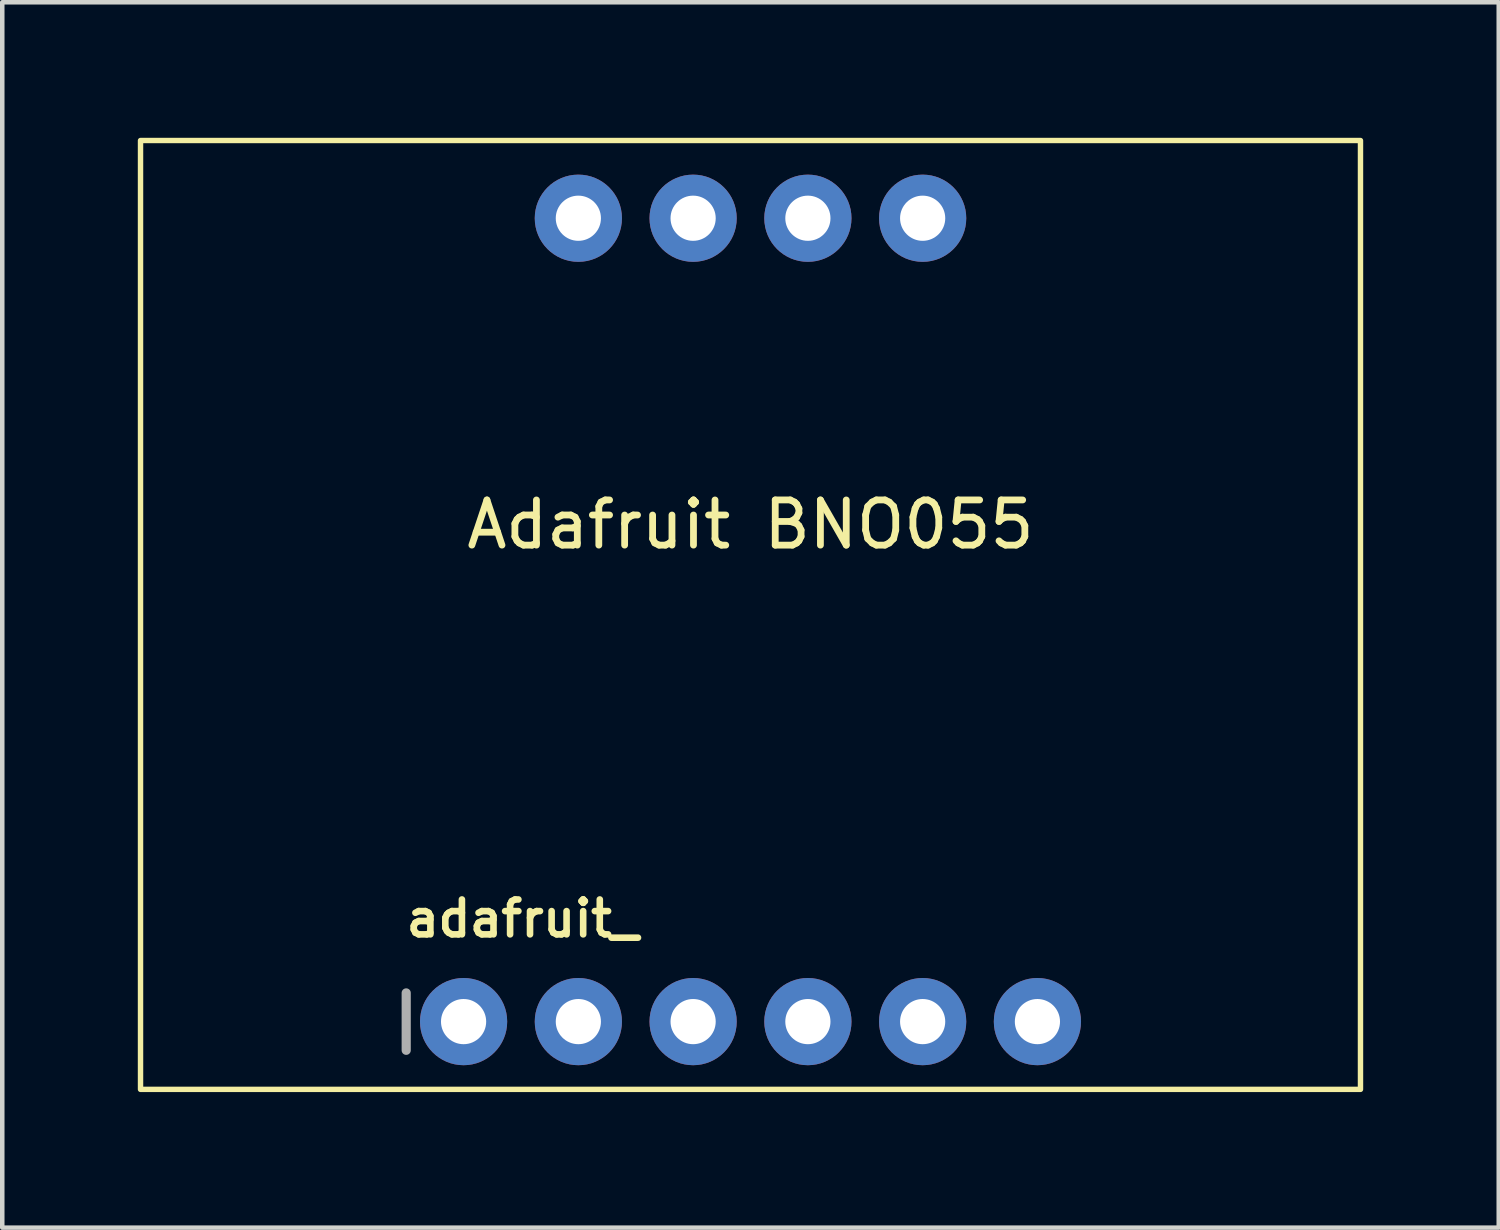
<source format=kicad_pcb>
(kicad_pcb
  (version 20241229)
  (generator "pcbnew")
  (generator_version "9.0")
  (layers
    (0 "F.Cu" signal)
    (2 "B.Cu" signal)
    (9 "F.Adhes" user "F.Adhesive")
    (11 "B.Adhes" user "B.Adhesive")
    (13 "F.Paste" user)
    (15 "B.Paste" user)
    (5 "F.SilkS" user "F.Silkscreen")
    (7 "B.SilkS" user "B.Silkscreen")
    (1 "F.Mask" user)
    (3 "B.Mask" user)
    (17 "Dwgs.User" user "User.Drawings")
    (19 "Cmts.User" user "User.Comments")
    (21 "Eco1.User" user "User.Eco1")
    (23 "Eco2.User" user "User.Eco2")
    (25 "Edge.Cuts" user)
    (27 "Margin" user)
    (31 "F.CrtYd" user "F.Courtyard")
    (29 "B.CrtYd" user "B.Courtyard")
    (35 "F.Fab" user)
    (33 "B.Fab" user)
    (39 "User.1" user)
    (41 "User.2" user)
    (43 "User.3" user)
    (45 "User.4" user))
  (footprint "adafruit_"
    (layer "F.Cu")
    (at 13.56 19.56)
    (property "Reference" "adafruit_" (at -7.696 -1.829 0) (layer "F.SilkS") (effects (font (size 0.772 0.772) (thickness 0.146)) (justify left bottom)))
    (attr through_hole)
    (fp_rect (start 13.5 1.5) (end -13.5 -19.5) (stroke (width 0.12) (type solid)) (fill no) (layer "F.SilkS"))
    (fp_line (start -7.62 -0.635) (end -7.62 0.635) (stroke (width 0.203) (type solid)) (layer "F.Fab"))
    (fp_poly (pts (xy -6.604 0.254) (xy -6.096 0.254) (xy -6.096 -0.254) (xy -6.604 -0.254)) (stroke (width 0.1) (type solid)) (fill no) (layer "F.Fab"))
    (fp_poly (pts (xy -4.064 -17.526) (xy -3.556 -17.526) (xy -3.556 -18.034) (xy -4.064 -18.034)) (stroke (width 0.1) (type solid)) (fill no) (layer "F.Fab"))
    (fp_poly (pts (xy -4.064 0.254) (xy -3.556 0.254) (xy -3.556 -0.254) (xy -4.064 -0.254)) (stroke (width 0.1) (type solid)) (fill no) (layer "F.Fab"))
    (fp_poly (pts (xy -1.524 -17.526) (xy -1.016 -17.526) (xy -1.016 -18.034) (xy -1.524 -18.034)) (stroke (width 0.1) (type solid)) (fill no) (layer "F.Fab"))
    (fp_poly (pts (xy -1.524 0.254) (xy -1.016 0.254) (xy -1.016 -0.254) (xy -1.524 -0.254)) (stroke (width 0.1) (type solid)) (fill no) (layer "F.Fab"))
    (fp_poly (pts (xy 1.016 -17.526) (xy 1.524 -17.526) (xy 1.524 -18.034) (xy 1.016 -18.034)) (stroke (width 0.1) (type solid)) (fill no) (layer "F.Fab"))
    (fp_poly (pts (xy 1.016 0.254) (xy 1.524 0.254) (xy 1.524 -0.254) (xy 1.016 -0.254)) (stroke (width 0.1) (type solid)) (fill no) (layer "F.Fab"))
    (fp_poly (pts (xy 3.556 -17.526) (xy 4.064 -17.526) (xy 4.064 -18.034) (xy 3.556 -18.034)) (stroke (width 0.1) (type solid)) (fill no) (layer "F.Fab"))
    (fp_poly (pts (xy 3.556 0.254) (xy 4.064 0.254) (xy 4.064 -0.254) (xy 3.556 -0.254)) (stroke (width 0.1) (type solid)) (fill no) (layer "F.Fab"))
    (fp_poly (pts (xy 6.096 0.254) (xy 6.604 0.254) (xy 6.604 -0.254) (xy 6.096 -0.254)) (stroke (width 0.1) (type solid)) (fill no) (layer "F.Fab"))
    (fp_text user "Adafruit BNO055" (at 0 -11 0) (unlocked yes) (layer "F.SilkS") (effects (font (size 1 1) (thickness 0.15))))
    (pad "1" thru_hole circle (at -6.35 0 90) (size 1.93 1.93) (drill 1) (layers "*.Cu" "*.Mask"))
    (pad "2" thru_hole circle (at -3.81 0 90) (size 1.93 1.93) (drill 1) (layers "*.Cu" "*.Mask"))
    (pad "3" thru_hole circle (at -1.27 0 90) (size 1.93 1.93) (drill 1) (layers "*.Cu" "*.Mask"))
    (pad "4" thru_hole circle (at 1.27 0 90) (size 1.93 1.93) (drill 1) (layers "*.Cu" "*.Mask"))
    (pad "5" thru_hole circle (at 3.81 0 90) (size 1.93 1.93) (drill 1) (layers "*.Cu" "*.Mask"))
    (pad "6" thru_hole circle (at 6.35 0 90) (size 1.93 1.93) (drill 1) (layers "*.Cu" "*.Mask"))
    (pad "7" thru_hole circle (at -3.81 -17.78 90) (size 1.93 1.93) (drill 1) (layers "*.Cu" "*.Mask"))
    (pad "8" thru_hole circle (at -1.27 -17.78 90) (size 1.93 1.93) (drill 1) (layers "*.Cu" "*.Mask"))
    (pad "9" thru_hole circle (at 1.27 -17.78 90) (size 1.93 1.93) (drill 1) (layers "*.Cu" "*.Mask"))
    (pad "10" thru_hole circle (at 3.81 -17.78 90) (size 1.93 1.93) (drill 1) (layers "*.Cu" "*.Mask")))
  (gr_rect
    (start -3 -3)
    (end 30.12 24.12)
    (stroke (width 0.1) (type default))
    (fill no)
    (layer "Edge.Cuts")))
</source>
